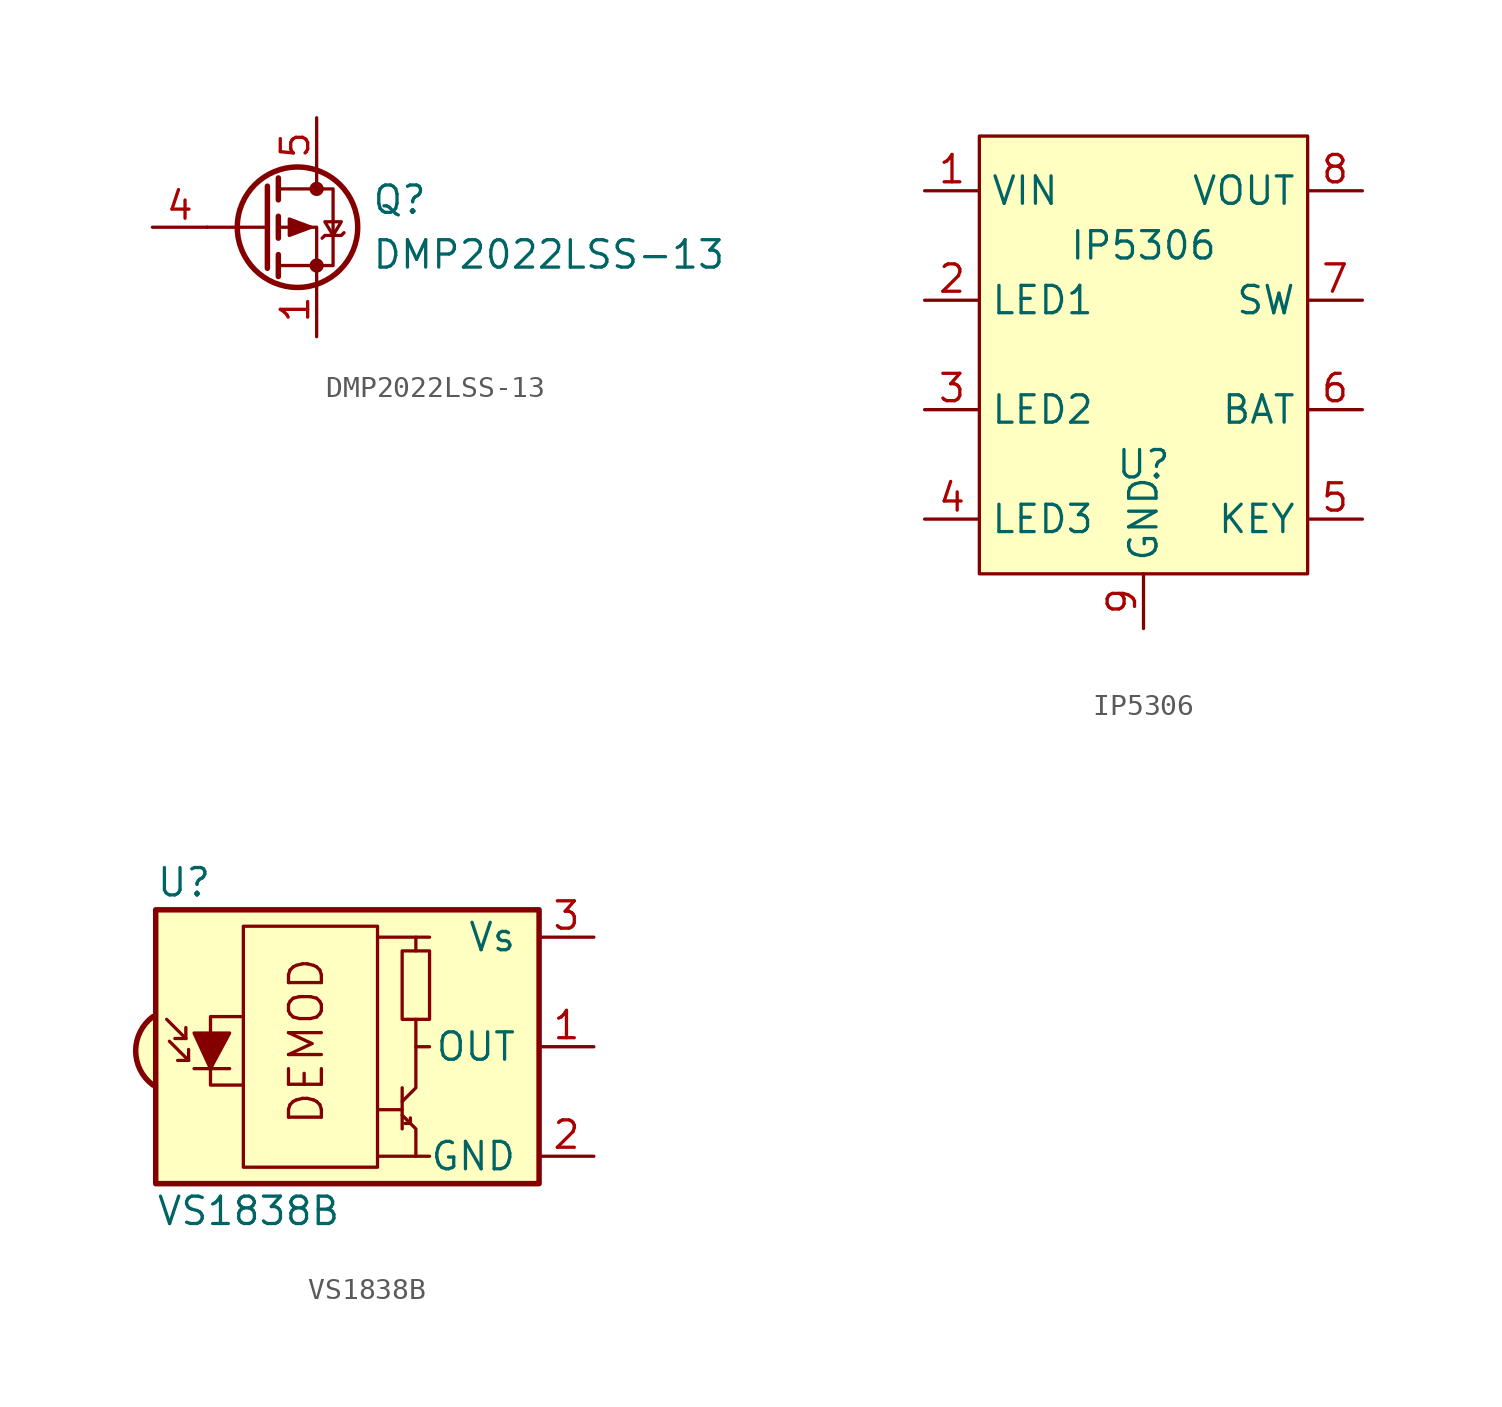
<source format=kicad_sym>
(kicad_symbol_lib
  (version 20220914)
  (generator kicad_symbol_editor)
  (symbol "DMP2022LSS-13"
    (pin_names
      (offset 0) hide)
    (property "Reference" "Q"
      (at 5.08 1.27 0)
      (effects (font (size 1.27 1.27)) (justify left)))
    (property "Value" "DMP2022LSS-13"
      (at 5.08 -1.27 0)
      (effects (font (size 1.27 1.27)) (justify left)))
    (symbol "DMP2022LSS-13_0_1"
      (polyline (pts (xy 0.254 0) (xy -2.54 0)) (stroke (width 0) (type default)) (fill (type none)))
      (polyline (pts (xy 0.254 1.905) (xy 0.254 -1.905)) (stroke (width 0.254) (type default)) (fill (type none)))
      (polyline (pts (xy 0.762 -1.27) (xy 0.762 -2.286)) (stroke (width 0.254) (type default)) (fill (type none)))
      (polyline (pts (xy 0.762 0.508) (xy 0.762 -0.508)) (stroke (width 0.254) (type default)) (fill (type none)))
      (polyline (pts (xy 0.762 2.286) (xy 0.762 1.27)) (stroke (width 0.254) (type default)) (fill (type none)))
      (polyline (pts (xy 2.54 2.54) (xy 2.54 1.778)) (stroke (width 0) (type default)) (fill (type none)))
      (polyline (pts (xy 2.54 -2.54) (xy 2.54 0) (xy 0.762 0)) (stroke (width 0) (type default)) (fill (type none)))
      (polyline (pts (xy 0.762 1.778) (xy 3.302 1.778) (xy 3.302 -1.778) (xy 0.762 -1.778)) (stroke (width 0) (type default)) (fill (type none)))
      (polyline (pts (xy 2.286 0) (xy 1.27 0.381) (xy 1.27 -0.381) (xy 2.286 0)) (stroke (width 0) (type default)) (fill (type outline)))
      (polyline (pts (xy 2.794 -0.508) (xy 2.921 -0.381) (xy 3.683 -0.381) (xy 3.81 -0.254)) (stroke (width 0) (type default)) (fill (type none)))
      (polyline (pts (xy 3.302 -0.381) (xy 2.921 0.254) (xy 3.683 0.254) (xy 3.302 -0.381)) (stroke (width 0) (type default)) (fill (type none)))
      (circle (center 1.651 0) (radius 2.794) (stroke (width 0.254) (type default)) (fill (type none)))
      (circle (center 2.54 -1.778) (radius 0.254) (stroke (width 0) (type default)) (fill (type outline)))
      (circle (center 2.54 1.778) (radius 0.254) (stroke (width 0) (type default)) (fill (type outline))))
    (symbol "DMP2022LSS-13_1_1"
      (pin passive line (at 2.54 -5.08 90) (length 2.54) (name "S" (effects (font (size 1.27 1.27)))) (number "1" (effects (font (size 1.27 1.27)))))
      (pin passive line (at 2.54 -5.08 90) (length 2.54) hide (name "S" (effects (font (size 1.27 1.27)))) (number "2" (effects (font (size 1.27 1.27)))))
      (pin passive line (at 2.54 -5.08 90) (length 2.54) hide (name "S" (effects (font (size 1.27 1.27)))) (number "3" (effects (font (size 1.27 1.27)))))
      (pin input line (at -5.08 0 0) (length 2.54) (name "G" (effects (font (size 1.27 1.27)))) (number "4" (effects (font (size 1.27 1.27)))))
      (pin passive line (at 2.54 5.08 270) (length 2.54) (name "D" (effects (font (size 1.27 1.27)))) (number "5" (effects (font (size 1.27 1.27)))))
      (pin passive line (at 2.54 5.08 270) (length 2.54) hide (name "D" (effects (font (size 1.27 1.27)))) (number "6" (effects (font (size 1.27 1.27)))))
      (pin passive line (at 2.54 5.08 270) (length 2.54) hide (name "D" (effects (font (size 1.27 1.27)))) (number "7" (effects (font (size 1.27 1.27)))))
      (pin passive line (at 2.54 5.08 270) (length 2.54) hide (name "D" (effects (font (size 1.27 1.27)))) (number "8" (effects (font (size 1.27 1.27)))))))
  (symbol "IP5306"
    (property "Reference" "U"
      (at 0 -5.08 0)
      (effects (font (size 1.27 1.27))))
    (property "Value" "IP5306"
      (at 0 5.08 0)
      (effects (font (size 1.27 1.27))))
    (symbol "IP5306_0_1"
      (rectangle (start -7.62 10.16) (end 7.62 -10.16) (stroke (width 0) (type default)) (fill (type background))))
    (symbol "IP5306_1_1"
      (pin input line (at -10.16 7.62 0) (length 2.54) (name "VIN" (effects (font (size 1.27 1.27)))) (number "1" (effects (font (size 1.27 1.27)))))
      (pin input line (at -10.16 2.54 0) (length 2.54) (name "LED1" (effects (font (size 1.27 1.27)))) (number "2" (effects (font (size 1.27 1.27)))))
      (pin input line (at -10.16 -2.54 0) (length 2.54) (name "LED2" (effects (font (size 1.27 1.27)))) (number "3" (effects (font (size 1.27 1.27)))))
      (pin input line (at -10.16 -7.62 0) (length 2.54) (name "LED3" (effects (font (size 1.27 1.27)))) (number "4" (effects (font (size 1.27 1.27)))))
      (pin input line (at 10.16 -7.62 180) (length 2.54) (name "KEY" (effects (font (size 1.27 1.27)))) (number "5" (effects (font (size 1.27 1.27)))))
      (pin input line (at 10.16 -2.54 180) (length 2.54) (name "BAT" (effects (font (size 1.27 1.27)))) (number "6" (effects (font (size 1.27 1.27)))))
      (pin input line (at 10.16 2.54 180) (length 2.54) (name "SW" (effects (font (size 1.27 1.27)))) (number "7" (effects (font (size 1.27 1.27)))))
      (pin input line (at 10.16 7.62 180) (length 2.54) (name "VOUT" (effects (font (size 1.27 1.27)))) (number "8" (effects (font (size 1.27 1.27)))))
      (pin input line (at 0 -12.7 90) (length 2.54) (name "GND" (effects (font (size 1.27 1.27)))) (number "9" (effects (font (size 1.27 1.27)))))))
  (symbol "VS1838B"
    (pin_names
      (offset 1.016))
    (property "Reference" "U"
      (at -10.16 7.62 0)
      (effects (font (size 1.27 1.27)) (justify left)))
    (property "Value" "VS1838B"
      (at -10.16 -7.62 0)
      (effects (font (size 1.27 1.27)) (justify left)))
    (symbol "VS1838B_0_0"
      (arc (start -10.287 1.397) (mid -11.0899 -0.1852) (end -10.287 -1.778) (stroke (width 0.254) (type default)) (fill (type background)))
      (polyline (pts (xy 1.905 -5.08) (xy 0.127 -5.08)) (stroke (width 0) (type default)) (fill (type none)))
      (polyline (pts (xy 1.905 5.08) (xy 0.127 5.08)) (stroke (width 0) (type default)) (fill (type none)))
      (text "DEMOD" (at -3.175 0.254 900) (effects (font (size 1.524 1.524)))))
    (symbol "VS1838B_0_1"
      (rectangle (start -10.16 6.35) (end 7.62 -6.35) (stroke (width 0.254) (type default)) (fill (type background)))
      (rectangle (start -6.096 5.588) (end 0.127 -5.588) (stroke (width 0) (type default)) (fill (type none)))
      (polyline (pts (xy -8.763 0.381) (xy -9.652 1.27)) (stroke (width 0) (type default)) (fill (type none)))
      (polyline (pts (xy -8.763 0.381) (xy -9.271 0.381)) (stroke (width 0) (type default)) (fill (type none)))
      (polyline (pts (xy -8.763 0.381) (xy -8.763 0.889)) (stroke (width 0) (type default)) (fill (type none)))
      (polyline (pts (xy -8.636 -0.635) (xy -9.525 0.254)) (stroke (width 0) (type default)) (fill (type none)))
      (polyline (pts (xy -8.636 -0.635) (xy -9.144 -0.635)) (stroke (width 0) (type default)) (fill (type none)))
      (polyline (pts (xy -8.636 -0.635) (xy -8.636 -0.127)) (stroke (width 0) (type default)) (fill (type none)))
      (polyline (pts (xy -8.382 -1.016) (xy -6.731 -1.016)) (stroke (width 0) (type default)) (fill (type none)))
      (polyline (pts (xy 1.27 -2.921) (xy 0.127 -2.921)) (stroke (width 0) (type default)) (fill (type none)))
      (polyline (pts (xy 1.27 -1.905) (xy 1.27 -3.81)) (stroke (width 0) (type default)) (fill (type none)))
      (polyline (pts (xy 1.397 -3.556) (xy 1.524 -3.556)) (stroke (width 0) (type default)) (fill (type none)))
      (polyline (pts (xy 1.651 -3.556) (xy 1.524 -3.556)) (stroke (width 0) (type default)) (fill (type none)))
      (polyline (pts (xy 1.651 -3.556) (xy 1.651 -3.302)) (stroke (width 0) (type default)) (fill (type none)))
      (polyline (pts (xy 1.905 0) (xy 1.905 1.27)) (stroke (width 0) (type default)) (fill (type none)))
      (polyline (pts (xy 1.905 4.445) (xy 1.905 5.08) (xy 2.54 5.08)) (stroke (width 0) (type default)) (fill (type none)))
      (polyline (pts (xy -8.382 0.635) (xy -6.731 0.635) (xy -7.62 -1.016) (xy -8.382 0.635)) (stroke (width 0) (type default)) (fill (type outline)))
      (polyline (pts (xy -6.096 1.397) (xy -7.62 1.397) (xy -7.62 -1.778) (xy -6.096 -1.778)) (stroke (width 0) (type default)) (fill (type none)))
      (polyline (pts (xy 1.27 -3.175) (xy 1.905 -3.81) (xy 1.905 -5.08) (xy 2.54 -5.08)) (stroke (width 0) (type default)) (fill (type none)))
      (polyline (pts (xy 1.27 -2.54) (xy 1.905 -1.905) (xy 1.905 0) (xy 2.54 0)) (stroke (width 0) (type default)) (fill (type none)))
      (rectangle (start 2.54 1.27) (end 1.27 4.445) (stroke (width 0) (type default)) (fill (type none))))
    (symbol "VS1838B_1_1"
      (pin output line (at 10.16 0 180) (length 2.54) (name "OUT" (effects (font (size 1.27 1.27)))) (number "1" (effects (font (size 1.27 1.27)))))
      (pin power_in line (at 10.16 -5.08 180) (length 2.54) (name "GND" (effects (font (size 1.27 1.27)))) (number "2" (effects (font (size 1.27 1.27)))))
      (pin power_in line (at 10.16 5.08 180) (length 2.54) (name "Vs" (effects (font (size 1.27 1.27)))) (number "3" (effects (font (size 1.27 1.27))))))))
</source>
